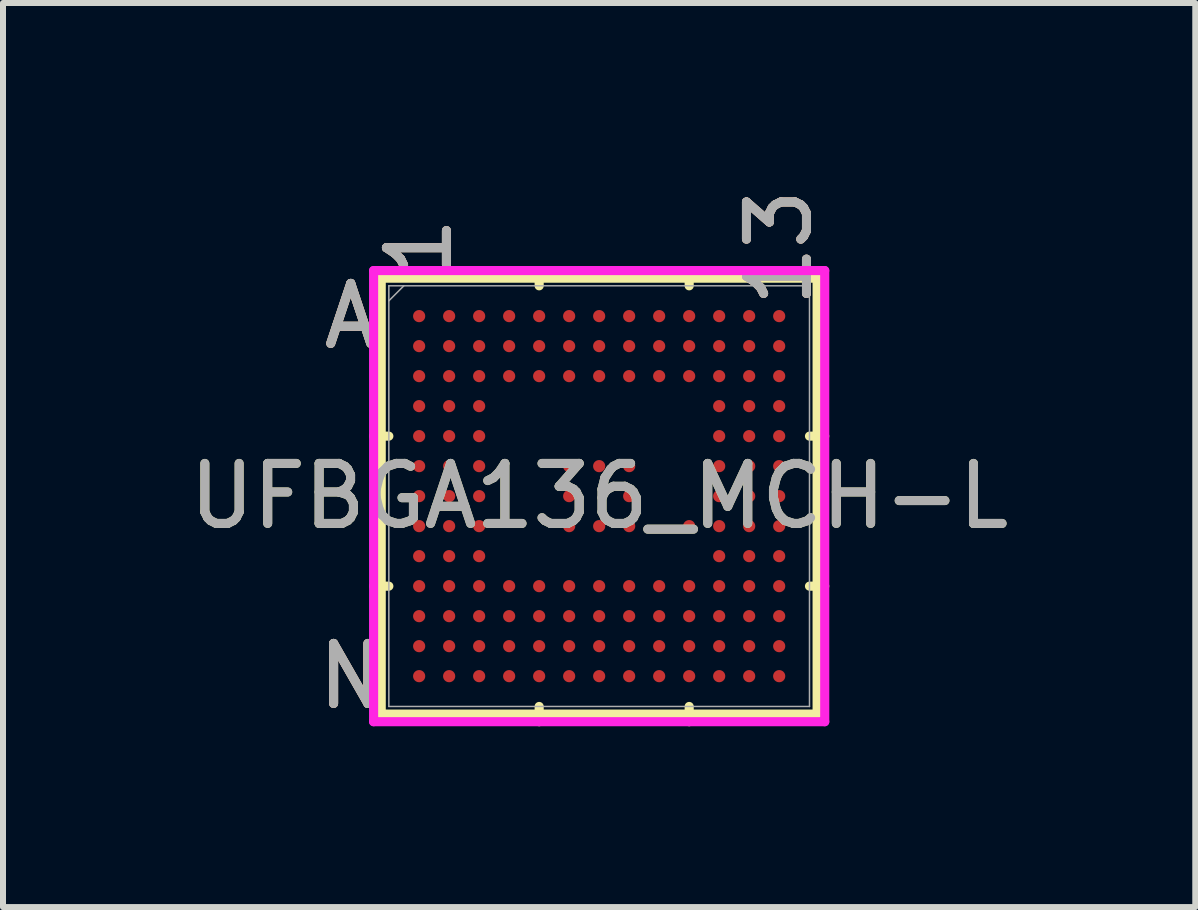
<source format=kicad_pcb>
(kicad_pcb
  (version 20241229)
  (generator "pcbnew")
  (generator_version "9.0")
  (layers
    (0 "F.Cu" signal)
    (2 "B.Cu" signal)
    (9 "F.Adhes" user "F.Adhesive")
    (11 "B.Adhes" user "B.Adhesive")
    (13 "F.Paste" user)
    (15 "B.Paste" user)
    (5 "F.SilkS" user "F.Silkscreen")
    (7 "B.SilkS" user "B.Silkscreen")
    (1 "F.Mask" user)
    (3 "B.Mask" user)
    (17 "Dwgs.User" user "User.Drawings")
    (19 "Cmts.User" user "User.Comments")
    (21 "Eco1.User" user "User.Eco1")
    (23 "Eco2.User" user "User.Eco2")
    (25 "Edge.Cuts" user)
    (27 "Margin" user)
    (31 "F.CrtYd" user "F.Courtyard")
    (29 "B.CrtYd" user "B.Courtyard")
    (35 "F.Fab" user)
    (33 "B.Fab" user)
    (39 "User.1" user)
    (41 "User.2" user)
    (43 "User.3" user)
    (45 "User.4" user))
  (footprint "UFBGA136_MCH-L"
    (layer "F.Cu")
    (at 6.935 5.218)
    (property "Reference" "UFBGA136_MCH-L" (at 0 0 0) (unlocked yes) (layer "F.SilkS") (effects (font (size 1 1) (thickness 0.15))))
    (attr smd)
    (fp_line (start -3.632 -3.632) (end -3.632 3.632) (stroke (width 0.152) (type solid)) (layer "F.SilkS"))
    (fp_line (start -3.632 3.632) (end 3.632 3.632) (stroke (width 0.152) (type solid)) (layer "F.SilkS"))
    (fp_line (start -3.505 -1) (end -3.759 -1) (stroke (width 0.152) (type solid)) (layer "F.SilkS"))
    (fp_line (start -3.505 1.5) (end -3.759 1.5) (stroke (width 0.152) (type solid)) (layer "F.SilkS"))
    (fp_line (start -1 -3.505) (end -1 -3.759) (stroke (width 0.152) (type solid)) (layer "F.SilkS"))
    (fp_line (start -1 3.505) (end -1 3.759) (stroke (width 0.152) (type solid)) (layer "F.SilkS"))
    (fp_line (start 1.5 -3.505) (end 1.5 -3.759) (stroke (width 0.152) (type solid)) (layer "F.SilkS"))
    (fp_line (start 1.5 3.505) (end 1.5 3.759) (stroke (width 0.152) (type solid)) (layer "F.SilkS"))
    (fp_line (start 3.505 -1) (end 3.759 -1) (stroke (width 0.152) (type solid)) (layer "F.SilkS"))
    (fp_line (start 3.505 1.5) (end 3.759 1.5) (stroke (width 0.152) (type solid)) (layer "F.SilkS"))
    (fp_line (start 3.632 -3.632) (end -3.632 -3.632) (stroke (width 0.152) (type solid)) (layer "F.SilkS"))
    (fp_line (start 3.632 3.632) (end 3.632 -3.632) (stroke (width 0.152) (type solid)) (layer "F.SilkS"))
    (fp_poly (pts (xy -3.695 -3.695) (xy 3.695 -3.695) (xy 3.695 3.695) (xy -3.695 3.695)) (stroke (width 0.1) (type solid)) (fill no) (layer "Eco2.User"))
    (fp_line (start -3.759 -3.759) (end 3.759 -3.759) (stroke (width 0.152) (type solid)) (layer "F.CrtYd"))
    (fp_line (start -3.759 3.759) (end -3.759 -3.759) (stroke (width 0.152) (type solid)) (layer "F.CrtYd"))
    (fp_line (start 3.759 -3.759) (end 3.759 3.759) (stroke (width 0.152) (type solid)) (layer "F.CrtYd"))
    (fp_line (start 3.759 3.759) (end -3.759 3.759) (stroke (width 0.152) (type solid)) (layer "F.CrtYd"))
    (fp_line (start -3.505 -3.505) (end -3.505 3.505) (stroke (width 0.025) (type solid)) (layer "F.Fab"))
    (fp_line (start -3.505 3.505) (end 3.505 3.505) (stroke (width 0.025) (type solid)) (layer "F.Fab"))
    (fp_line (start -3.255 -3.505) (end -3.505 -3.255) (stroke (width 0.025) (type solid)) (layer "F.Fab"))
    (fp_line (start 3.505 -3.505) (end -3.505 -3.505) (stroke (width 0.025) (type solid)) (layer "F.Fab"))
    (fp_line (start 3.505 3.505) (end 3.505 -3.505) (stroke (width 0.025) (type solid)) (layer "F.Fab"))
    (fp_text user "N" (at -4.14 3 0) (unlocked yes) (layer "F.SilkS") (effects (font (size 1 1) (thickness 0.15))))
    (fp_text user "1" (at -3 -4.14 90) (unlocked yes) (layer "F.SilkS") (effects (font (size 1 1) (thickness 0.15))))
    (fp_text user "13" (at 3 -4.14 90) (unlocked yes) (layer "F.SilkS") (effects (font (size 1 1) (thickness 0.15))))
    (fp_text user "A" (at -4.14 -3 0) (unlocked yes) (layer "F.SilkS") (effects (font (size 1 1) (thickness 0.15))))
    (fp_text user "A" (at -4.14 -3 0) (unlocked yes) (layer "B.SilkS") (effects (font (size 1 1) (thickness 0.15))))
    (fp_text user "1" (at -3 -4.14 90) (unlocked yes) (layer "B.SilkS") (effects (font (size 1 1) (thickness 0.15))))
    (fp_text user "N" (at -4.14 3 0) (unlocked yes) (layer "B.SilkS") (effects (font (size 1 1) (thickness 0.15))))
    (fp_text user "13" (at 3 -4.14 90) (unlocked yes) (layer "B.SilkS") (effects (font (size 1 1) (thickness 0.15))))
    (fp_text user "N" (at -4.14 3 0) (unlocked yes) (layer "F.Fab") (effects (font (size 1 1) (thickness 0.15))))
    (fp_text user "A" (at -4.14 -3 0) (unlocked yes) (layer "F.Fab") (effects (font (size 1 1) (thickness 0.15))))
    (fp_text user "1" (at -3 -4.14 90) (unlocked yes) (layer "F.Fab") (effects (font (size 1 1) (thickness 0.15))))
    (fp_text user "${REFERENCE}" (at 0 0 0) (unlocked yes) (layer "F.Fab") (effects (font (size 1 1) (thickness 0.15))))
    (fp_text user "13" (at 3 -4.14 90) (unlocked yes) (layer "F.Fab") (effects (font (size 1 1) (thickness 0.15))))
    (pad "A1" smd circle (at -3 -3) (size 0.203 0.203) (layers "F.Cu" "F.Mask" "F.Paste"))
    (pad "A2" smd circle (at -2.5 -3) (size 0.203 0.203) (layers "F.Cu" "F.Mask" "F.Paste"))
    (pad "A3" smd circle (at -2 -3) (size 0.203 0.203) (layers "F.Cu" "F.Mask" "F.Paste"))
    (pad "A4" smd circle (at -1.5 -3) (size 0.203 0.203) (layers "F.Cu" "F.Mask" "F.Paste"))
    (pad "A5" smd circle (at -1 -3) (size 0.203 0.203) (layers "F.Cu" "F.Mask" "F.Paste"))
    (pad "A6" smd circle (at -0.5 -3) (size 0.203 0.203) (layers "F.Cu" "F.Mask" "F.Paste"))
    (pad "A7" smd circle (at 0 -3) (size 0.203 0.203) (layers "F.Cu" "F.Mask" "F.Paste"))
    (pad "A8" smd circle (at 0.5 -3) (size 0.203 0.203) (layers "F.Cu" "F.Mask" "F.Paste"))
    (pad "A9" smd circle (at 1 -3) (size 0.203 0.203) (layers "F.Cu" "F.Mask" "F.Paste"))
    (pad "A10" smd circle (at 1.5 -3) (size 0.203 0.203) (layers "F.Cu" "F.Mask" "F.Paste"))
    (pad "A11" smd circle (at 2 -3) (size 0.203 0.203) (layers "F.Cu" "F.Mask" "F.Paste"))
    (pad "A12" smd circle (at 2.5 -3) (size 0.203 0.203) (layers "F.Cu" "F.Mask" "F.Paste"))
    (pad "A13" smd circle (at 3 -3) (size 0.203 0.203) (layers "F.Cu" "F.Mask" "F.Paste"))
    (pad "B1" smd circle (at -3 -2.5) (size 0.203 0.203) (layers "F.Cu" "F.Mask" "F.Paste"))
    (pad "B2" smd circle (at -2.5 -2.5) (size 0.203 0.203) (layers "F.Cu" "F.Mask" "F.Paste"))
    (pad "B3" smd circle (at -2 -2.5) (size 0.203 0.203) (layers "F.Cu" "F.Mask" "F.Paste"))
    (pad "B4" smd circle (at -1.5 -2.5) (size 0.203 0.203) (layers "F.Cu" "F.Mask" "F.Paste"))
    (pad "B5" smd circle (at -1 -2.5) (size 0.203 0.203) (layers "F.Cu" "F.Mask" "F.Paste"))
    (pad "B6" smd circle (at -0.5 -2.5) (size 0.203 0.203) (layers "F.Cu" "F.Mask" "F.Paste"))
    (pad "B7" smd circle (at 0 -2.5) (size 0.203 0.203) (layers "F.Cu" "F.Mask" "F.Paste"))
    (pad "B8" smd circle (at 0.5 -2.5) (size 0.203 0.203) (layers "F.Cu" "F.Mask" "F.Paste"))
    (pad "B9" smd circle (at 1 -2.5) (size 0.203 0.203) (layers "F.Cu" "F.Mask" "F.Paste"))
    (pad "B10" smd circle (at 1.5 -2.5) (size 0.203 0.203) (layers "F.Cu" "F.Mask" "F.Paste"))
    (pad "B11" smd circle (at 2 -2.5) (size 0.203 0.203) (layers "F.Cu" "F.Mask" "F.Paste"))
    (pad "B12" smd circle (at 2.5 -2.5) (size 0.203 0.203) (layers "F.Cu" "F.Mask" "F.Paste"))
    (pad "B13" smd circle (at 3 -2.5) (size 0.203 0.203) (layers "F.Cu" "F.Mask" "F.Paste"))
    (pad "C1" smd circle (at -3 -2) (size 0.203 0.203) (layers "F.Cu" "F.Mask" "F.Paste"))
    (pad "C2" smd circle (at -2.5 -2) (size 0.203 0.203) (layers "F.Cu" "F.Mask" "F.Paste"))
    (pad "C3" smd circle (at -2 -2) (size 0.203 0.203) (layers "F.Cu" "F.Mask" "F.Paste"))
    (pad "C4" smd circle (at -1.5 -2) (size 0.203 0.203) (layers "F.Cu" "F.Mask" "F.Paste"))
    (pad "C5" smd circle (at -1 -2) (size 0.203 0.203) (layers "F.Cu" "F.Mask" "F.Paste"))
    (pad "C6" smd circle (at -0.5 -2) (size 0.203 0.203) (layers "F.Cu" "F.Mask" "F.Paste"))
    (pad "C7" smd circle (at 0 -2) (size 0.203 0.203) (layers "F.Cu" "F.Mask" "F.Paste"))
    (pad "C8" smd circle (at 0.5 -2) (size 0.203 0.203) (layers "F.Cu" "F.Mask" "F.Paste"))
    (pad "C9" smd circle (at 1 -2) (size 0.203 0.203) (layers "F.Cu" "F.Mask" "F.Paste"))
    (pad "C10" smd circle (at 1.5 -2) (size 0.203 0.203) (layers "F.Cu" "F.Mask" "F.Paste"))
    (pad "C11" smd circle (at 2 -2) (size 0.203 0.203) (layers "F.Cu" "F.Mask" "F.Paste"))
    (pad "C12" smd circle (at 2.5 -2) (size 0.203 0.203) (layers "F.Cu" "F.Mask" "F.Paste"))
    (pad "C13" smd circle (at 3 -2) (size 0.203 0.203) (layers "F.Cu" "F.Mask" "F.Paste"))
    (pad "D1" smd circle (at -3 -1.5) (size 0.203 0.203) (layers "F.Cu" "F.Mask" "F.Paste"))
    (pad "D2" smd circle (at -2.5 -1.5) (size 0.203 0.203) (layers "F.Cu" "F.Mask" "F.Paste"))
    (pad "D3" smd circle (at -2 -1.5) (size 0.203 0.203) (layers "F.Cu" "F.Mask" "F.Paste"))
    (pad "D11" smd circle (at 2 -1.5) (size 0.203 0.203) (layers "F.Cu" "F.Mask" "F.Paste"))
    (pad "D12" smd circle (at 2.5 -1.5) (size 0.203 0.203) (layers "F.Cu" "F.Mask" "F.Paste"))
    (pad "D13" smd circle (at 3 -1.5) (size 0.203 0.203) (layers "F.Cu" "F.Mask" "F.Paste"))
    (pad "E1" smd circle (at -3 -1) (size 0.203 0.203) (layers "F.Cu" "F.Mask" "F.Paste"))
    (pad "E2" smd circle (at -2.5 -1) (size 0.203 0.203) (layers "F.Cu" "F.Mask" "F.Paste"))
    (pad "E3" smd circle (at -2 -1) (size 0.203 0.203) (layers "F.Cu" "F.Mask" "F.Paste"))
    (pad "E11" smd circle (at 2 -1) (size 0.203 0.203) (layers "F.Cu" "F.Mask" "F.Paste"))
    (pad "E12" smd circle (at 2.5 -1) (size 0.203 0.203) (layers "F.Cu" "F.Mask" "F.Paste"))
    (pad "E13" smd circle (at 3 -1) (size 0.203 0.203) (layers "F.Cu" "F.Mask" "F.Paste"))
    (pad "F1" smd circle (at -3 -0.5) (size 0.203 0.203) (layers "F.Cu" "F.Mask" "F.Paste"))
    (pad "F2" smd circle (at -2.5 -0.5) (size 0.203 0.203) (layers "F.Cu" "F.Mask" "F.Paste"))
    (pad "F3" smd circle (at -2 -0.5) (size 0.203 0.203) (layers "F.Cu" "F.Mask" "F.Paste"))
    (pad "F6" smd circle (at -0.5 -0.5) (size 0.203 0.203) (layers "F.Cu" "F.Mask" "F.Paste"))
    (pad "F7" smd circle (at 0 -0.5) (size 0.203 0.203) (layers "F.Cu" "F.Mask" "F.Paste"))
    (pad "F8" smd circle (at 0.5 -0.5) (size 0.203 0.203) (layers "F.Cu" "F.Mask" "F.Paste"))
    (pad "F11" smd circle (at 2 -0.5) (size 0.203 0.203) (layers "F.Cu" "F.Mask" "F.Paste"))
    (pad "F12" smd circle (at 2.5 -0.5) (size 0.203 0.203) (layers "F.Cu" "F.Mask" "F.Paste"))
    (pad "F13" smd circle (at 3 -0.5) (size 0.203 0.203) (layers "F.Cu" "F.Mask" "F.Paste"))
    (pad "G1" smd circle (at -3 0) (size 0.203 0.203) (layers "F.Cu" "F.Mask" "F.Paste"))
    (pad "G2" smd circle (at -2.5 0) (size 0.203 0.203) (layers "F.Cu" "F.Mask" "F.Paste"))
    (pad "G3" smd circle (at -2 0) (size 0.203 0.203) (layers "F.Cu" "F.Mask" "F.Paste"))
    (pad "G6" smd circle (at -0.5 0) (size 0.203 0.203) (layers "F.Cu" "F.Mask" "F.Paste"))
    (pad "G8" smd circle (at 0.5 0) (size 0.203 0.203) (layers "F.Cu" "F.Mask" "F.Paste"))
    (pad "G11" smd circle (at 2 0) (size 0.203 0.203) (layers "F.Cu" "F.Mask" "F.Paste"))
    (pad "G12" smd circle (at 2.5 0) (size 0.203 0.203) (layers "F.Cu" "F.Mask" "F.Paste"))
    (pad "G13" smd circle (at 3 0) (size 0.203 0.203) (layers "F.Cu" "F.Mask" "F.Paste"))
    (pad "H1" smd circle (at -3 0.5) (size 0.203 0.203) (layers "F.Cu" "F.Mask" "F.Paste"))
    (pad "H2" smd circle (at -2.5 0.5) (size 0.203 0.203) (layers "F.Cu" "F.Mask" "F.Paste"))
    (pad "H3" smd circle (at -2 0.5) (size 0.203 0.203) (layers "F.Cu" "F.Mask" "F.Paste"))
    (pad "H6" smd circle (at -0.5 0.5) (size 0.203 0.203) (layers "F.Cu" "F.Mask" "F.Paste"))
    (pad "H7" smd circle (at 0 0.5) (size 0.203 0.203) (layers "F.Cu" "F.Mask" "F.Paste"))
    (pad "H8" smd circle (at 0.5 0.5) (size 0.203 0.203) (layers "F.Cu" "F.Mask" "F.Paste"))
    (pad "H10" smd circle (at 1.5 0.5) (size 0.203 0.203) (layers "F.Cu" "F.Mask" "F.Paste"))
    (pad "H11" smd circle (at 2 0.5) (size 0.203 0.203) (layers "F.Cu" "F.Mask" "F.Paste"))
    (pad "H12" smd circle (at 2.5 0.5) (size 0.203 0.203) (layers "F.Cu" "F.Mask" "F.Paste"))
    (pad "H13" smd circle (at 3 0.5) (size 0.203 0.203) (layers "F.Cu" "F.Mask" "F.Paste"))
    (pad "J1" smd circle (at -3 1) (size 0.203 0.203) (layers "F.Cu" "F.Mask" "F.Paste"))
    (pad "J2" smd circle (at -2.5 1) (size 0.203 0.203) (layers "F.Cu" "F.Mask" "F.Paste"))
    (pad "J3" smd circle (at -2 1) (size 0.203 0.203) (layers "F.Cu" "F.Mask" "F.Paste"))
    (pad "J11" smd circle (at 2 1) (size 0.203 0.203) (layers "F.Cu" "F.Mask" "F.Paste"))
    (pad "J12" smd circle (at 2.5 1) (size 0.203 0.203) (layers "F.Cu" "F.Mask" "F.Paste"))
    (pad "J13" smd circle (at 3 1) (size 0.203 0.203) (layers "F.Cu" "F.Mask" "F.Paste"))
    (pad "K1" smd circle (at -3 1.5) (size 0.203 0.203) (layers "F.Cu" "F.Mask" "F.Paste"))
    (pad "K2" smd circle (at -2.5 1.5) (size 0.203 0.203) (layers "F.Cu" "F.Mask" "F.Paste"))
    (pad "K3" smd circle (at -2 1.5) (size 0.203 0.203) (layers "F.Cu" "F.Mask" "F.Paste"))
    (pad "K4" smd circle (at -1.5 1.5) (size 0.203 0.203) (layers "F.Cu" "F.Mask" "F.Paste"))
    (pad "K5" smd circle (at -1 1.5) (size 0.203 0.203) (layers "F.Cu" "F.Mask" "F.Paste"))
    (pad "K6" smd circle (at -0.5 1.5) (size 0.203 0.203) (layers "F.Cu" "F.Mask" "F.Paste"))
    (pad "K7" smd circle (at 0 1.5) (size 0.203 0.203) (layers "F.Cu" "F.Mask" "F.Paste"))
    (pad "K8" smd circle (at 0.5 1.5) (size 0.203 0.203) (layers "F.Cu" "F.Mask" "F.Paste"))
    (pad "K9" smd circle (at 1 1.5) (size 0.203 0.203) (layers "F.Cu" "F.Mask" "F.Paste"))
    (pad "K10" smd circle (at 1.5 1.5) (size 0.203 0.203) (layers "F.Cu" "F.Mask" "F.Paste"))
    (pad "K11" smd circle (at 2 1.5) (size 0.203 0.203) (layers "F.Cu" "F.Mask" "F.Paste"))
    (pad "K12" smd circle (at 2.5 1.5) (size 0.203 0.203) (layers "F.Cu" "F.Mask" "F.Paste"))
    (pad "K13" smd circle (at 3 1.5) (size 0.203 0.203) (layers "F.Cu" "F.Mask" "F.Paste"))
    (pad "L1" smd circle (at -3 2) (size 0.203 0.203) (layers "F.Cu" "F.Mask" "F.Paste"))
    (pad "L2" smd circle (at -2.5 2) (size 0.203 0.203) (layers "F.Cu" "F.Mask" "F.Paste"))
    (pad "L3" smd circle (at -2 2) (size 0.203 0.203) (layers "F.Cu" "F.Mask" "F.Paste"))
    (pad "L4" smd circle (at -1.5 2) (size 0.203 0.203) (layers "F.Cu" "F.Mask" "F.Paste"))
    (pad "L5" smd circle (at -1 2) (size 0.203 0.203) (layers "F.Cu" "F.Mask" "F.Paste"))
    (pad "L6" smd circle (at -0.5 2) (size 0.203 0.203) (layers "F.Cu" "F.Mask" "F.Paste"))
    (pad "L7" smd circle (at 0 2) (size 0.203 0.203) (layers "F.Cu" "F.Mask" "F.Paste"))
    (pad "L8" smd circle (at 0.5 2) (size 0.203 0.203) (layers "F.Cu" "F.Mask" "F.Paste"))
    (pad "L9" smd circle (at 1 2) (size 0.203 0.203) (layers "F.Cu" "F.Mask" "F.Paste"))
    (pad "L10" smd circle (at 1.5 2) (size 0.203 0.203) (layers "F.Cu" "F.Mask" "F.Paste"))
    (pad "L11" smd circle (at 2 2) (size 0.203 0.203) (layers "F.Cu" "F.Mask" "F.Paste"))
    (pad "L12" smd circle (at 2.5 2) (size 0.203 0.203) (layers "F.Cu" "F.Mask" "F.Paste"))
    (pad "L13" smd circle (at 3 2) (size 0.203 0.203) (layers "F.Cu" "F.Mask" "F.Paste"))
    (pad "M1" smd circle (at -3 2.5) (size 0.203 0.203) (layers "F.Cu" "F.Mask" "F.Paste"))
    (pad "M2" smd circle (at -2.5 2.5) (size 0.203 0.203) (layers "F.Cu" "F.Mask" "F.Paste"))
    (pad "M3" smd circle (at -2 2.5) (size 0.203 0.203) (layers "F.Cu" "F.Mask" "F.Paste"))
    (pad "M4" smd circle (at -1.5 2.5) (size 0.203 0.203) (layers "F.Cu" "F.Mask" "F.Paste"))
    (pad "M5" smd circle (at -1 2.5) (size 0.203 0.203) (layers "F.Cu" "F.Mask" "F.Paste"))
    (pad "M6" smd circle (at -0.5 2.5) (size 0.203 0.203) (layers "F.Cu" "F.Mask" "F.Paste"))
    (pad "M7" smd circle (at 0 2.5) (size 0.203 0.203) (layers "F.Cu" "F.Mask" "F.Paste"))
    (pad "M8" smd circle (at 0.5 2.5) (size 0.203 0.203) (layers "F.Cu" "F.Mask" "F.Paste"))
    (pad "M9" smd circle (at 1 2.5) (size 0.203 0.203) (layers "F.Cu" "F.Mask" "F.Paste"))
    (pad "M10" smd circle (at 1.5 2.5) (size 0.203 0.203) (layers "F.Cu" "F.Mask" "F.Paste"))
    (pad "M11" smd circle (at 2 2.5) (size 0.203 0.203) (layers "F.Cu" "F.Mask" "F.Paste"))
    (pad "M12" smd circle (at 2.5 2.5) (size 0.203 0.203) (layers "F.Cu" "F.Mask" "F.Paste"))
    (pad "M13" smd circle (at 3 2.5) (size 0.203 0.203) (layers "F.Cu" "F.Mask" "F.Paste"))
    (pad "N1" smd circle (at -3 3) (size 0.203 0.203) (layers "F.Cu" "F.Mask" "F.Paste"))
    (pad "N2" smd circle (at -2.5 3) (size 0.203 0.203) (layers "F.Cu" "F.Mask" "F.Paste"))
    (pad "N3" smd circle (at -2 3) (size 0.203 0.203) (layers "F.Cu" "F.Mask" "F.Paste"))
    (pad "N4" smd circle (at -1.5 3) (size 0.203 0.203) (layers "F.Cu" "F.Mask" "F.Paste"))
    (pad "N5" smd circle (at -1 3) (size 0.203 0.203) (layers "F.Cu" "F.Mask" "F.Paste"))
    (pad "N6" smd circle (at -0.5 3) (size 0.203 0.203) (layers "F.Cu" "F.Mask" "F.Paste"))
    (pad "N7" smd circle (at 0 3) (size 0.203 0.203) (layers "F.Cu" "F.Mask" "F.Paste"))
    (pad "N8" smd circle (at 0.5 3) (size 0.203 0.203) (layers "F.Cu" "F.Mask" "F.Paste"))
    (pad "N9" smd circle (at 1 3) (size 0.203 0.203) (layers "F.Cu" "F.Mask" "F.Paste"))
    (pad "N10" smd circle (at 1.5 3) (size 0.203 0.203) (layers "F.Cu" "F.Mask" "F.Paste"))
    (pad "N11" smd circle (at 2 3) (size 0.203 0.203) (layers "F.Cu" "F.Mask" "F.Paste"))
    (pad "N12" smd circle (at 2.5 3) (size 0.203 0.203) (layers "F.Cu" "F.Mask" "F.Paste"))
    (pad "N13" smd circle (at 3 3) (size 0.203 0.203) (layers "F.Cu" "F.Mask" "F.Paste")))
  (gr_rect
    (start -3 -3)
    (end 16.869 12.066)
    (stroke (width 0.1) (type default))
    (fill no)
    (layer "Edge.Cuts")))
</source>
